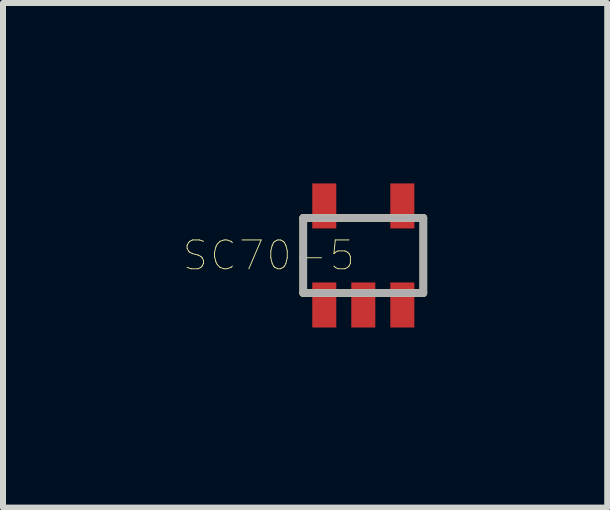
<source format=kicad_pcb>
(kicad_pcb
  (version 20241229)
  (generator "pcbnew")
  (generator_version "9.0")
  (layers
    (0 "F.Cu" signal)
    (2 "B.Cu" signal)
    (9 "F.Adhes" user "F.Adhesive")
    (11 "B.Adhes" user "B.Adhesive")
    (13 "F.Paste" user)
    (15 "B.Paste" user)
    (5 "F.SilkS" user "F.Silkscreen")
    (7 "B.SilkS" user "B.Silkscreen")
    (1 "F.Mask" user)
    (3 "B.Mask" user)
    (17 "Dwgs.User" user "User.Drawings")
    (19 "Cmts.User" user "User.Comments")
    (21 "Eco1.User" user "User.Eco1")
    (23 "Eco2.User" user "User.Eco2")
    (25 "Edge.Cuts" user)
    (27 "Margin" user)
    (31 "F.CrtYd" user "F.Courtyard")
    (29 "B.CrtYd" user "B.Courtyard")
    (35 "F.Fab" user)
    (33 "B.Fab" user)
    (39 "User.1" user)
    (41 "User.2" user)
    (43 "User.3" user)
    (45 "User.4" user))
  (footprint "SC70-5"
    (layer "F.Cu")
    (at 3.001 1.205)
    (property "Reference" "SC70-5" (at -1.575 0 180) (layer "F.SilkS") (effects (font (size 0.48 0.48) (thickness 0.015))))
    (attr through_hole)
    (fp_line (start -1 -0.625) (end 1 -0.625) (stroke (width 0.127) (type solid)) (layer "F.SilkS"))
    (fp_line (start -1 0.625) (end -1 -0.625) (stroke (width 0.127) (type solid)) (layer "F.SilkS"))
    (fp_line (start -1 0.625) (end 1 0.625) (stroke (width 0.127) (type solid)) (layer "F.SilkS"))
    (fp_line (start 1 -0.625) (end 1 0.625) (stroke (width 0.127) (type solid)) (layer "F.SilkS"))
    (fp_poly (pts (xy -0.85 -1.2) (xy -0.45 -1.2) (xy -0.45 -0.45) (xy -0.85 -0.45)) (stroke (width 0.01) (type solid)) (fill yes) (layer "F.Paste"))
    (fp_poly (pts (xy -0.838 0.483) (xy -0.508 0.483) (xy -0.508 1.168) (xy -0.838 1.168)) (stroke (width 0.01) (type solid)) (fill yes) (layer "F.Paste"))
    (fp_poly (pts (xy -0.165 0.483) (xy 0.165 0.483) (xy 0.165 1.168) (xy -0.165 1.168)) (stroke (width 0.01) (type solid)) (fill yes) (layer "F.Paste"))
    (fp_poly (pts (xy 0.45 -1.2) (xy 0.85 -1.2) (xy 0.85 -0.45) (xy 0.45 -0.45)) (stroke (width 0.01) (type solid)) (fill yes) (layer "F.Paste"))
    (fp_poly (pts (xy 0.508 0.483) (xy 0.838 0.483) (xy 0.838 1.168) (xy 0.508 1.168)) (stroke (width 0.01) (type solid)) (fill yes) (layer "F.Paste"))
    (fp_line (start -1 -0.625) (end 1 -0.625) (stroke (width 0.127) (type solid)) (layer "F.Fab"))
    (fp_line (start -1 0.625) (end -1 -0.625) (stroke (width 0.127) (type solid)) (layer "F.Fab"))
    (fp_line (start -1 0.625) (end 1 0.625) (stroke (width 0.127) (type solid)) (layer "F.Fab"))
    (fp_line (start 1 -0.625) (end 1 0.625) (stroke (width 0.127) (type solid)) (layer "F.Fab"))
    (pad "1" smd rect (at -0.65 0.825) (size 0.4 0.75) (layers "F.Cu" "F.Mask"))
    (pad "2" smd rect (at 0 0.825) (size 0.4 0.75) (layers "F.Cu" "F.Mask"))
    (pad "3" smd rect (at 0.65 0.825) (size 0.4 0.75) (layers "F.Cu" "F.Mask"))
    (pad "4" smd rect (at 0.65 -0.825) (size 0.4 0.75) (layers "F.Cu" "F.Mask"))
    (pad "5" smd rect (at -0.65 -0.825) (size 0.4 0.75) (layers "F.Cu" "F.Mask")))
  (gr_rect
    (start -3 -3)
    (end 7.064 5.405)
    (stroke (width 0.1) (type default))
    (fill no)
    (layer "Edge.Cuts")))
</source>
